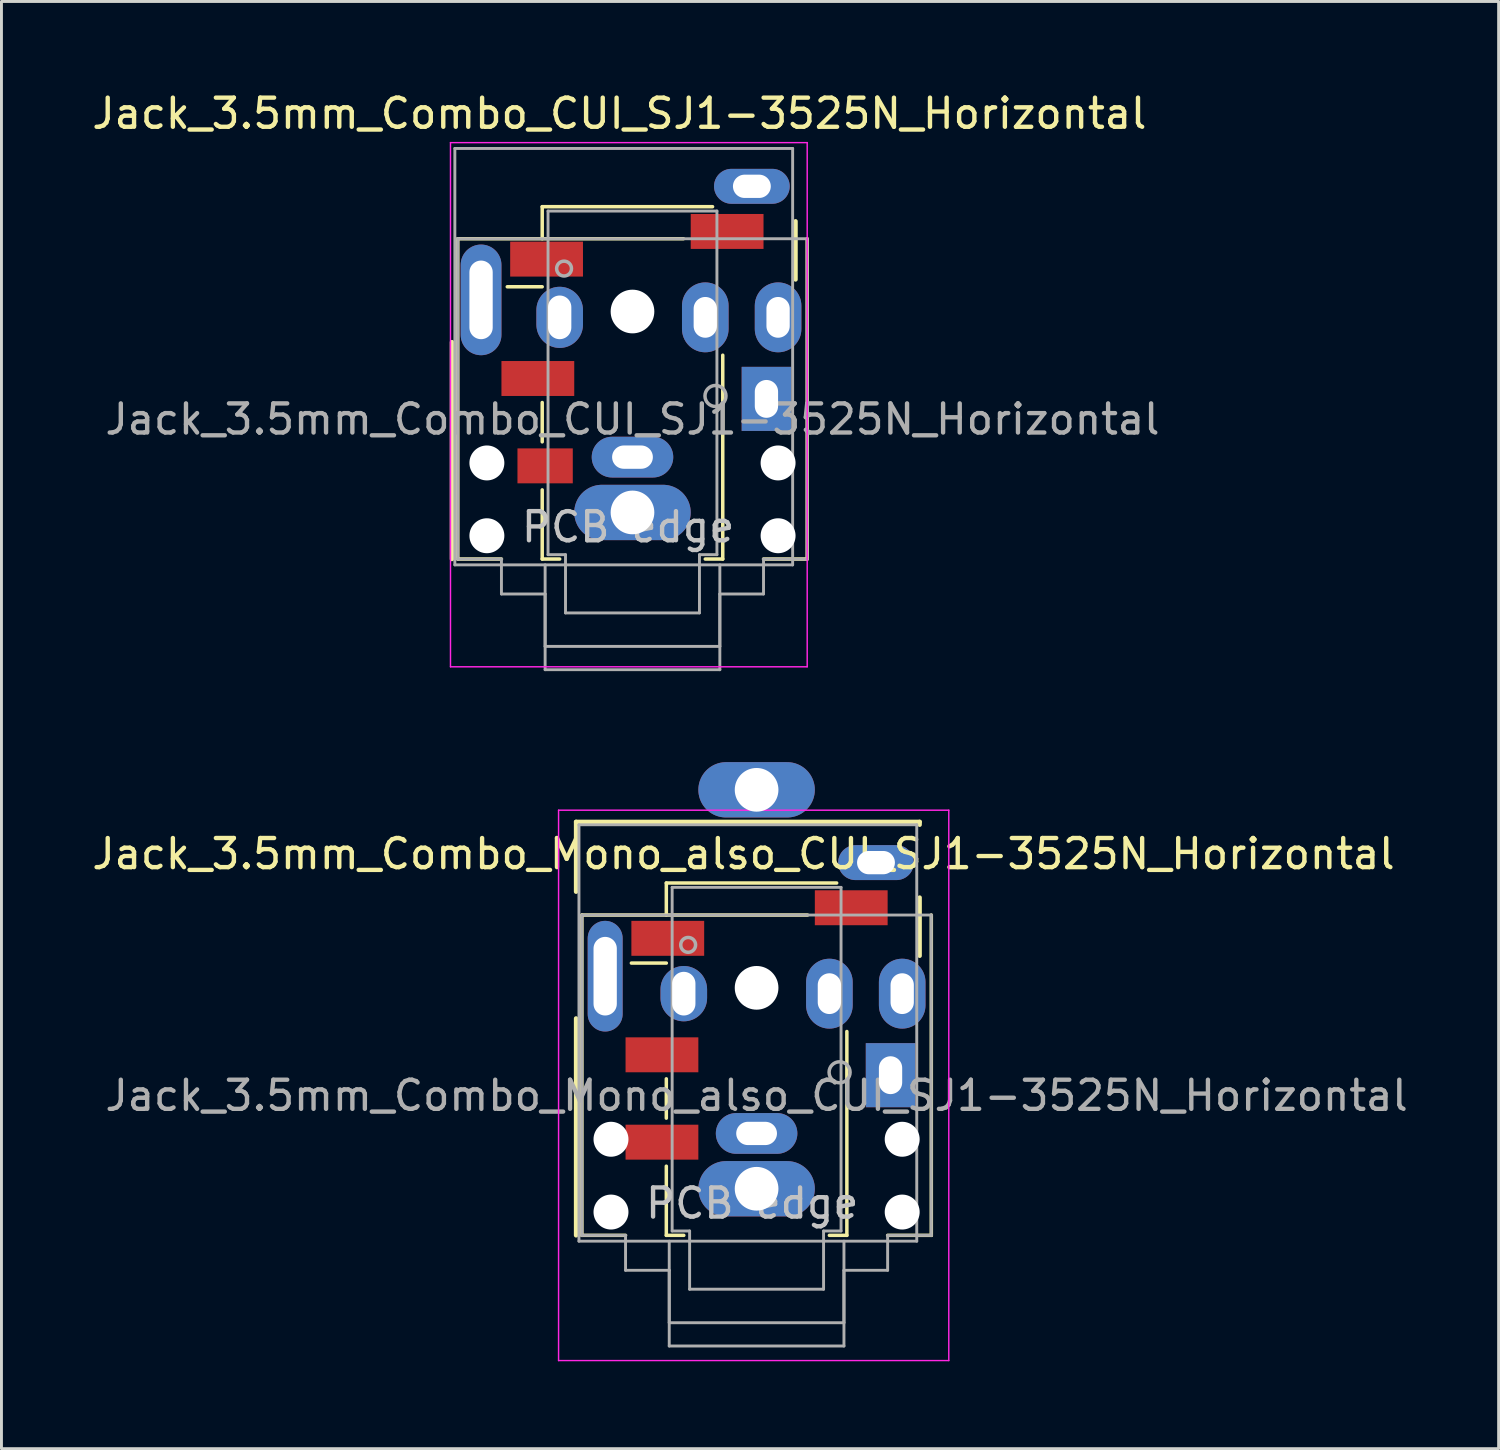
<source format=kicad_pcb>
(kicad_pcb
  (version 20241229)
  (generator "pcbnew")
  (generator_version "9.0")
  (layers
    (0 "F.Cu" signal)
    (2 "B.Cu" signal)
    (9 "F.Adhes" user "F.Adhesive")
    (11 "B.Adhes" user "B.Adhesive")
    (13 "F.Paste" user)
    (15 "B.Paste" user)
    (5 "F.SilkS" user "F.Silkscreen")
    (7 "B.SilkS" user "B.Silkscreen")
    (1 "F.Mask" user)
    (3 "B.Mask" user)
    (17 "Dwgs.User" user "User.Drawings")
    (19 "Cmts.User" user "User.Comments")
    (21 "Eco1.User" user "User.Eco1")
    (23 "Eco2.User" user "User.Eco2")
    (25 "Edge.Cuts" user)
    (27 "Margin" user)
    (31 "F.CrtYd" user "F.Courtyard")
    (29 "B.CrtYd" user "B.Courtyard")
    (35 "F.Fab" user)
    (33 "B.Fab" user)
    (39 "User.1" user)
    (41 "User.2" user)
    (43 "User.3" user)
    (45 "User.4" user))
  (footprint "Jack_3.5mm_Combo_Mono_also_CUI_SJ1-3525N_Horizontal"
    (layer "F.Cu")
    (at 22.932 36.073)
    (property "Reference" "Jack_3.5mm_Combo_Mono_also_CUI_SJ1-3525N_Horizontal" (at -0.45 -9.8 0) (layer "F.SilkS") (effects (font (size 1 1) (thickness 0.15))))
    (attr through_hole exclude_from_pos_files exclude_from_bom)
    (fp_line (start -6.2 -10.9) (end 5.6 -10.9) (stroke (width 0.15) (type solid)) (layer "F.SilkS"))
    (fp_line (start -6.2 -8.5) (end -6.2 -10.9) (stroke (width 0.15) (type solid)) (layer "F.SilkS"))
    (fp_line (start -6.2 3.3) (end -6.2 -4.15) (stroke (width 0.15) (type solid)) (layer "F.SilkS"))
    (fp_line (start -6 -7.7) (end 1.75 -7.7) (stroke (width 0.12) (type solid)) (layer "F.SilkS"))
    (fp_line (start -6 3.3) (end -6 -7.7) (stroke (width 0.12) (type solid)) (layer "F.SilkS"))
    (fp_line (start -4.5 3.3) (end -6 3.3) (stroke (width 0.12) (type solid)) (layer "F.SilkS"))
    (fp_line (start -3.1 -7.7) (end -3.1 -8.8) (stroke (width 0.12) (type solid)) (layer "F.SilkS"))
    (fp_line (start -3.1 -6.05) (end -4.3 -6.05) (stroke (width 0.12) (type solid)) (layer "F.SilkS"))
    (fp_line (start -3.1 -0.725) (end -3.1 -2.075) (stroke (width 0.12) (type solid)) (layer "F.SilkS"))
    (fp_line (start -3.1 3.3) (end -3.1 0.925) (stroke (width 0.12) (type solid)) (layer "F.SilkS"))
    (fp_line (start -3.1 3.3) (end -2.5 3.3) (stroke (width 0.12) (type solid)) (layer "F.SilkS"))
    (fp_line (start 2.5 3.3) (end 3.1 3.3) (stroke (width 0.12) (type solid)) (layer "F.SilkS"))
    (fp_line (start 2.75 -8.8) (end -3.1 -8.8) (stroke (width 0.12) (type solid)) (layer "F.SilkS"))
    (fp_line (start 3.1 -3.7) (end 3.1 3.3) (stroke (width 0.12) (type solid)) (layer "F.SilkS"))
    (fp_line (start 5.6 -10.9) (end 5.6 -10.8) (stroke (width 0.15) (type solid)) (layer "F.SilkS"))
    (fp_line (start 5.6 -8.3) (end 5.6 -6.3) (stroke (width 0.15) (type solid)) (layer "F.SilkS"))
    (fp_line (start 6 -7.7) (end 6 3.3) (stroke (width 0.12) (type solid)) (layer "F.SilkS"))
    (fp_line (start 6 3.3) (end 4.5 3.3) (stroke (width 0.12) (type solid)) (layer "F.SilkS"))
    (fp_line (start -4.5 4.5) (end -4.5 3.3) (stroke (width 0.12) (type solid)) (layer "Eco2.User"))
    (fp_line (start -3.1 3.6) (end -3.1 7.2) (stroke (width 0.15) (type solid)) (layer "Eco2.User"))
    (fp_line (start -3.1 7.2) (end 3.1 7.2) (stroke (width 0.15) (type solid)) (layer "Eco2.User"))
    (fp_line (start -3 4.5) (end -4.5 4.5) (stroke (width 0.12) (type solid)) (layer "Eco2.User"))
    (fp_line (start -3 6.3) (end -3 4.5) (stroke (width 0.12) (type solid)) (layer "Eco2.User"))
    (fp_line (start -2.5 3.3) (end -2.5 5.3) (stroke (width 0.12) (type solid)) (layer "Eco2.User"))
    (fp_line (start -2.5 5.3) (end 2.5 5.3) (stroke (width 0.12) (type solid)) (layer "Eco2.User"))
    (fp_line (start -2.2 3.5) (end -2.2 4.5) (stroke (width 0.12) (type solid)) (layer "Eco2.User"))
    (fp_line (start -2.2 4.5) (end -6.5 4.5) (stroke (width 0.12) (type solid)) (layer "Eco2.User"))
    (fp_line (start -2 3.3) (end -2 6.3) (stroke (width 0.12) (type solid)) (layer "Eco2.User"))
    (fp_line (start 1.8 3.1) (end -1.8 3.1) (stroke (width 0.1) (type solid)) (layer "Eco2.User"))
    (fp_line (start 2 3.3) (end -2 3.3) (stroke (width 0.12) (type solid)) (layer "Eco2.User"))
    (fp_line (start 2 6.3) (end 2 3.3) (stroke (width 0.12) (type solid)) (layer "Eco2.User"))
    (fp_line (start 2.2 3.5) (end 2.2 4.5) (stroke (width 0.12) (type solid)) (layer "Eco2.User"))
    (fp_line (start 2.2 4.5) (end 6.5 4.5) (stroke (width 0.12) (type solid)) (layer "Eco2.User"))
    (fp_line (start 2.5 3.3) (end 2.5 5.3) (stroke (width 0.12) (type solid)) (layer "Eco2.User"))
    (fp_line (start 3 4.5) (end 3 6.3) (stroke (width 0.12) (type solid)) (layer "Eco2.User"))
    (fp_line (start 3 6.3) (end -3 6.3) (stroke (width 0.12) (type solid)) (layer "Eco2.User"))
    (fp_line (start 3.1 7.2) (end 3.1 3.6) (stroke (width 0.15) (type solid)) (layer "Eco2.User"))
    (fp_line (start 4.5 3.3) (end 4.5 4.5) (stroke (width 0.12) (type solid)) (layer "Eco2.User"))
    (fp_line (start 4.5 4.5) (end 3 4.5) (stroke (width 0.12) (type solid)) (layer "Eco2.User"))
    (fp_arc (start -2.2 3.5) (mid -2.082843 3.217158) (end -1.8 3.1) (stroke (width 0.1) (type solid)) (layer "Eco2.User"))
    (fp_arc (start 1.8 3.1) (mid 2.082842 3.217157) (end 2.2 3.5) (stroke (width 0.1) (type solid)) (layer "Eco2.User"))
    (fp_line (start -6.8 -11.3) (end -6.8 7.6) (stroke (width 0.05) (type solid)) (layer "F.CrtYd"))
    (fp_line (start -6.8 7.6) (end 6.6 7.6) (stroke (width 0.05) (type solid)) (layer "F.CrtYd"))
    (fp_line (start 6.6 -11.3) (end -6.8 -11.3) (stroke (width 0.05) (type solid)) (layer "F.CrtYd"))
    (fp_line (start 6.6 7.6) (end 6.6 -11.3) (stroke (width 0.05) (type solid)) (layer "F.CrtYd"))
    (fp_line (start -6.1 -10.8) (end -6.1 3.5) (stroke (width 0.1) (type solid)) (layer "F.Fab"))
    (fp_line (start -6.1 3.5) (end 5.5 3.5) (stroke (width 0.1) (type solid)) (layer "F.Fab"))
    (fp_line (start -6 -7.7) (end 6 -7.7) (stroke (width 0.1) (type solid)) (layer "F.Fab"))
    (fp_line (start -6 3.3) (end -6 -7.7) (stroke (width 0.1) (type solid)) (layer "F.Fab"))
    (fp_line (start -4.5 3.3) (end -6 3.3) (stroke (width 0.1) (type solid)) (layer "F.Fab"))
    (fp_line (start -4.5 4.5) (end -4.5 3.3) (stroke (width 0.1) (type solid)) (layer "F.Fab"))
    (fp_line (start -4.5 4.5) (end -3 4.5) (stroke (width 0.1) (type solid)) (layer "F.Fab"))
    (fp_line (start -3 4.5) (end -3 6.3) (stroke (width 0.1) (type solid)) (layer "F.Fab"))
    (fp_line (start -3 6.3) (end 3 6.3) (stroke (width 0.1) (type solid)) (layer "F.Fab"))
    (fp_line (start -3 7.1) (end -3 3.5) (stroke (width 0.1) (type solid)) (layer "F.Fab"))
    (fp_line (start -3 7.1) (end 3 7.1) (stroke (width 0.1) (type solid)) (layer "F.Fab"))
    (fp_line (start -2.9 -8.65) (end 2.9 -8.65) (stroke (width 0.1) (type solid)) (layer "F.Fab"))
    (fp_line (start -2.9 3.15) (end -2.9 -8.65) (stroke (width 0.1) (type solid)) (layer "F.Fab"))
    (fp_line (start -2.3 3.15) (end -2.9 3.15) (stroke (width 0.1) (type solid)) (layer "F.Fab"))
    (fp_line (start -2.3 5.15) (end -2.3 3.15) (stroke (width 0.1) (type solid)) (layer "F.Fab"))
    (fp_line (start 2.3 3.15) (end 2.3 5.15) (stroke (width 0.1) (type solid)) (layer "F.Fab"))
    (fp_line (start 2.3 5.15) (end -2.3 5.15) (stroke (width 0.1) (type solid)) (layer "F.Fab"))
    (fp_line (start 2.9 -8.65) (end 2.9 3.15) (stroke (width 0.1) (type solid)) (layer "F.Fab"))
    (fp_line (start 2.9 3.15) (end 2.3 3.15) (stroke (width 0.1) (type solid)) (layer "F.Fab"))
    (fp_line (start 3 4.5) (end 3 6.3) (stroke (width 0.1) (type solid)) (layer "F.Fab"))
    (fp_line (start 3 7.1) (end 3 3.5) (stroke (width 0.1) (type solid)) (layer "F.Fab"))
    (fp_line (start 4.5 3.3) (end 6 3.3) (stroke (width 0.1) (type solid)) (layer "F.Fab"))
    (fp_line (start 4.5 4.5) (end 3 4.5) (stroke (width 0.1) (type solid)) (layer "F.Fab"))
    (fp_line (start 4.5 4.5) (end 4.5 3.3) (stroke (width 0.1) (type solid)) (layer "F.Fab"))
    (fp_line (start 5.5 -10.8) (end -6.1 -10.8) (stroke (width 0.1) (type solid)) (layer "F.Fab"))
    (fp_line (start 5.5 3.5) (end 5.5 -10.8) (stroke (width 0.1) (type solid)) (layer "F.Fab"))
    (fp_line (start 6 3.3) (end 6 -7.7) (stroke (width 0.1) (type solid)) (layer "F.Fab"))
    (fp_circle (center -2.35 -6.675) (end -2.1 -6.725) (stroke (width 0.12) (type solid)) (fill no) (layer "F.Fab"))
    (fp_circle (center 2.85 -2.3) (end 3.05 -2.6) (stroke (width 0.12) (type solid)) (fill no) (layer "F.Fab"))
    (fp_text user "PCB edge" (at -0.15 2.2 0) (unlocked yes) (layer "Dwgs.User") (effects (font (size 1 1) (thickness 0.15))))
    (fp_text user "${REFERENCE}" (at 0 -1.5 0) (layer "F.Fab") (effects (font (size 1 1) (thickness 0.15))))
    (pad "" np_thru_hole circle (at -5 0) (size 1.2 1.2) (drill 1.2) (layers "*.Cu" "*.Mask"))
    (pad "" np_thru_hole circle (at -5 2.5) (size 1.2 1.2) (drill 1.2) (layers "*.Cu" "*.Mask"))
    (pad "" np_thru_hole circle (at 0 -5.2 90) (size 1.5 1.5) (drill 1.5) (layers "*.Cu" "*.Mask"))
    (pad "" np_thru_hole circle (at 5 0) (size 1.2 1.2) (drill 1.2) (layers "*.Cu" "*.Mask"))
    (pad "" np_thru_hole circle (at 5 2.5) (size 1.2 1.2) (drill 1.2) (layers "*.Cu" "*.Mask"))
    (pad "R" thru_hole oval (at -5.2 -5.6 90) (size 3.8 1.2) (drill oval 2.7 0.8) (layers "*.Cu" "*.Mask"))
    (pad "R" smd rect (at -3.25 -2.9 90) (size 1.2 2.5) (layers "F.Cu" "F.Mask" "F.Paste"))
    (pad "R2" smd rect (at -3.25 0.1 90) (size 1.2 2.5) (layers "F.Cu" "F.Mask" "F.Paste"))
    (pad "RN" thru_hole oval (at -2.5 -5 90) (size 1.9 1.6) (drill oval 1.5 0.8) (layers "*.Cu" "*.Mask"))
    (pad "S" thru_hole oval (at 0 -0.2) (size 2.8 1.4) (drill oval 1.4 0.8) (layers "*.Cu" "*.Mask"))
    (pad "S" thru_hole oval (at 0 1.7 90) (size 1.9 4) (drill 1.5) (layers "*.Cu" "*.Mask"))
    (pad "S" smd rect (at 3.25 -7.95 90) (size 1.2 2.5) (layers "F.Cu" "F.Mask" "F.Paste"))
    (pad "T" smd rect (at -3.05 -6.9 90) (size 1.2 2.5) (layers "F.Cu" "F.Mask" "F.Paste"))
    (pad "T" thru_hole oval (at 0 -12 90) (size 1.9 4) (drill 1.5) (layers "*.Cu" "*.Mask"))
    (pad "T" thru_hole rect (at 4.6 -2.2 90) (size 2.2 1.7) (drill oval 1.3 0.8) (layers "*.Cu" "*.Mask"))
    (pad "T" thru_hole oval (at 5 -5 180) (size 1.6 2.4) (drill oval 0.8 1.4) (layers "*.Cu" "*.Mask"))
    (pad "TN" thru_hole oval (at 2.5 -5 180) (size 1.6 2.4) (drill oval 0.8 1.4) (layers "*.Cu" "*.Mask"))
    (pad "TN" thru_hole oval (at 4.1 -9.5 180) (size 2.6 1.2) (drill oval 1.3 0.8) (layers "*.Cu" "*.Mask")))
  (footprint "Jack_3.5mm_Combo_CUI_SJ1-3525N_Horizontal"
    (layer "F.Cu")
    (at 18.67 12.848)
    (property "Reference" "Jack_3.5mm_Combo_CUI_SJ1-3525N_Horizontal" (at -0.45 -12 0) (layer "F.SilkS") (effects (font (size 1 1) (thickness 0.15))))
    (attr through_hole exclude_from_pos_files exclude_from_bom)
    (fp_line (start -6.2 3.3) (end -6.2 -4.15) (stroke (width 0.15) (type solid)) (layer "F.SilkS"))
    (fp_line (start -6 -7.7) (end 1.75 -7.7) (stroke (width 0.12) (type solid)) (layer "F.SilkS"))
    (fp_line (start -6 3.3) (end -6 -7.7) (stroke (width 0.12) (type solid)) (layer "F.SilkS"))
    (fp_line (start -4.5 3.3) (end -6 3.3) (stroke (width 0.12) (type solid)) (layer "F.SilkS"))
    (fp_line (start -3.1 -7.7) (end -3.1 -8.8) (stroke (width 0.12) (type solid)) (layer "F.SilkS"))
    (fp_line (start -3.1 -6.05) (end -4.3 -6.05) (stroke (width 0.12) (type solid)) (layer "F.SilkS"))
    (fp_line (start -3.1 -0.725) (end -3.1 -2.075) (stroke (width 0.12) (type solid)) (layer "F.SilkS"))
    (fp_line (start -3.1 3.3) (end -3.1 0.925) (stroke (width 0.12) (type solid)) (layer "F.SilkS"))
    (fp_line (start -3.1 3.3) (end -2.5 3.3) (stroke (width 0.12) (type solid)) (layer "F.SilkS"))
    (fp_line (start 2.5 3.3) (end 3.1 3.3) (stroke (width 0.12) (type solid)) (layer "F.SilkS"))
    (fp_line (start 2.75 -8.8) (end -3.1 -8.8) (stroke (width 0.12) (type solid)) (layer "F.SilkS"))
    (fp_line (start 3.1 -3.7) (end 3.1 3.3) (stroke (width 0.12) (type solid)) (layer "F.SilkS"))
    (fp_line (start 5.6 -8.3) (end 5.6 -6.3) (stroke (width 0.15) (type solid)) (layer "F.SilkS"))
    (fp_line (start 6 -7.7) (end 6 3.3) (stroke (width 0.12) (type solid)) (layer "F.SilkS"))
    (fp_line (start 6 3.3) (end 4.5 3.3) (stroke (width 0.12) (type solid)) (layer "F.SilkS"))
    (fp_line (start -6.2 -10.9) (end 5.6 -10.9) (stroke (width 0.15) (type solid)) (layer "Eco2.User"))
    (fp_line (start -6.2 -8.5) (end -6.2 -10.9) (stroke (width 0.15) (type solid)) (layer "Eco2.User"))
    (fp_line (start -4.5 4.5) (end -4.5 3.3) (stroke (width 0.12) (type solid)) (layer "Eco2.User"))
    (fp_line (start -3.1 3.6) (end -3.1 7.2) (stroke (width 0.15) (type solid)) (layer "Eco2.User"))
    (fp_line (start -3.1 7.2) (end 3.1 7.2) (stroke (width 0.15) (type solid)) (layer "Eco2.User"))
    (fp_line (start -3 4.5) (end -4.5 4.5) (stroke (width 0.12) (type solid)) (layer "Eco2.User"))
    (fp_line (start -3 6.3) (end -3 4.5) (stroke (width 0.12) (type solid)) (layer "Eco2.User"))
    (fp_line (start -2.5 3.3) (end -2.5 5.3) (stroke (width 0.12) (type solid)) (layer "Eco2.User"))
    (fp_line (start -2.5 5.3) (end 2.5 5.3) (stroke (width 0.12) (type solid)) (layer "Eco2.User"))
    (fp_line (start -2.2 3.5) (end -2.2 4.5) (stroke (width 0.12) (type solid)) (layer "Eco2.User"))
    (fp_line (start -2.2 4.5) (end -6.5 4.5) (stroke (width 0.12) (type solid)) (layer "Eco2.User"))
    (fp_line (start -2 3.3) (end -2 6.3) (stroke (width 0.12) (type solid)) (layer "Eco2.User"))
    (fp_line (start 1.8 3.1) (end -1.8 3.1) (stroke (width 0.1) (type solid)) (layer "Eco2.User"))
    (fp_line (start 2 3.3) (end -2 3.3) (stroke (width 0.12) (type solid)) (layer "Eco2.User"))
    (fp_line (start 2 6.3) (end 2 3.3) (stroke (width 0.12) (type solid)) (layer "Eco2.User"))
    (fp_line (start 2.2 3.5) (end 2.2 4.5) (stroke (width 0.12) (type solid)) (layer "Eco2.User"))
    (fp_line (start 2.2 4.5) (end 6.5 4.5) (stroke (width 0.12) (type solid)) (layer "Eco2.User"))
    (fp_line (start 2.5 3.3) (end 2.5 5.3) (stroke (width 0.12) (type solid)) (layer "Eco2.User"))
    (fp_line (start 3 4.5) (end 3 6.3) (stroke (width 0.12) (type solid)) (layer "Eco2.User"))
    (fp_line (start 3 6.3) (end -3 6.3) (stroke (width 0.12) (type solid)) (layer "Eco2.User"))
    (fp_line (start 3.1 7.2) (end 3.1 3.6) (stroke (width 0.15) (type solid)) (layer "Eco2.User"))
    (fp_line (start 4.5 3.3) (end 4.5 4.5) (stroke (width 0.12) (type solid)) (layer "Eco2.User"))
    (fp_line (start 4.5 4.5) (end 3 4.5) (stroke (width 0.12) (type solid)) (layer "Eco2.User"))
    (fp_line (start 5.6 -10.9) (end 5.6 -10.8) (stroke (width 0.15) (type solid)) (layer "Eco2.User"))
    (fp_arc (start -2.2 3.5) (mid -2.082843 3.217158) (end -1.8 3.1) (stroke (width 0.1) (type solid)) (layer "Eco2.User"))
    (fp_arc (start 1.8 3.1) (mid 2.082842 3.217157) (end 2.2 3.5) (stroke (width 0.1) (type solid)) (layer "Eco2.User"))
    (fp_line (start -6.25 -11) (end -6.25 7) (stroke (width 0.05) (type solid)) (layer "F.CrtYd"))
    (fp_line (start -6.25 7) (end 6 7) (stroke (width 0.05) (type solid)) (layer "F.CrtYd"))
    (fp_line (start 6 -11) (end -6.25 -11) (stroke (width 0.05) (type solid)) (layer "F.CrtYd"))
    (fp_line (start 6 7) (end 6 -11) (stroke (width 0.05) (type solid)) (layer "F.CrtYd"))
    (fp_line (start -6.1 -10.8) (end -6.1 3.5) (stroke (width 0.1) (type solid)) (layer "F.Fab"))
    (fp_line (start -6.1 3.5) (end 5.5 3.5) (stroke (width 0.1) (type solid)) (layer "F.Fab"))
    (fp_line (start -6 -7.7) (end 6 -7.7) (stroke (width 0.1) (type solid)) (layer "F.Fab"))
    (fp_line (start -6 3.3) (end -6 -7.7) (stroke (width 0.1) (type solid)) (layer "F.Fab"))
    (fp_line (start -4.5 3.3) (end -6 3.3) (stroke (width 0.1) (type solid)) (layer "F.Fab"))
    (fp_line (start -4.5 4.5) (end -4.5 3.3) (stroke (width 0.1) (type solid)) (layer "F.Fab"))
    (fp_line (start -4.5 4.5) (end -3 4.5) (stroke (width 0.1) (type solid)) (layer "F.Fab"))
    (fp_line (start -3 4.5) (end -3 6.3) (stroke (width 0.1) (type solid)) (layer "F.Fab"))
    (fp_line (start -3 6.3) (end 3 6.3) (stroke (width 0.1) (type solid)) (layer "F.Fab"))
    (fp_line (start -3 7.1) (end -3 3.5) (stroke (width 0.1) (type solid)) (layer "F.Fab"))
    (fp_line (start -3 7.1) (end 3 7.1) (stroke (width 0.1) (type solid)) (layer "F.Fab"))
    (fp_line (start -2.9 -8.65) (end 2.9 -8.65) (stroke (width 0.1) (type solid)) (layer "F.Fab"))
    (fp_line (start -2.9 3.15) (end -2.9 -8.65) (stroke (width 0.1) (type solid)) (layer "F.Fab"))
    (fp_line (start -2.3 3.15) (end -2.9 3.15) (stroke (width 0.1) (type solid)) (layer "F.Fab"))
    (fp_line (start -2.3 5.15) (end -2.3 3.15) (stroke (width 0.1) (type solid)) (layer "F.Fab"))
    (fp_line (start 2.3 3.15) (end 2.3 5.15) (stroke (width 0.1) (type solid)) (layer "F.Fab"))
    (fp_line (start 2.3 5.15) (end -2.3 5.15) (stroke (width 0.1) (type solid)) (layer "F.Fab"))
    (fp_line (start 2.9 -8.65) (end 2.9 3.15) (stroke (width 0.1) (type solid)) (layer "F.Fab"))
    (fp_line (start 2.9 3.15) (end 2.3 3.15) (stroke (width 0.1) (type solid)) (layer "F.Fab"))
    (fp_line (start 3 4.5) (end 3 6.3) (stroke (width 0.1) (type solid)) (layer "F.Fab"))
    (fp_line (start 3 7.1) (end 3 3.5) (stroke (width 0.1) (type solid)) (layer "F.Fab"))
    (fp_line (start 4.5 3.3) (end 6 3.3) (stroke (width 0.1) (type solid)) (layer "F.Fab"))
    (fp_line (start 4.5 4.5) (end 3 4.5) (stroke (width 0.1) (type solid)) (layer "F.Fab"))
    (fp_line (start 4.5 4.5) (end 4.5 3.3) (stroke (width 0.1) (type solid)) (layer "F.Fab"))
    (fp_line (start 5.5 -10.8) (end -6.1 -10.8) (stroke (width 0.1) (type solid)) (layer "F.Fab"))
    (fp_line (start 5.5 3.5) (end 5.5 -10.8) (stroke (width 0.1) (type solid)) (layer "F.Fab"))
    (fp_line (start 6 3.3) (end 6 -7.7) (stroke (width 0.1) (type solid)) (layer "F.Fab"))
    (fp_circle (center -2.35 -6.675) (end -2.1 -6.725) (stroke (width 0.12) (type solid)) (fill no) (layer "F.Fab"))
    (fp_circle (center 2.85 -2.3) (end 3.05 -2.6) (stroke (width 0.12) (type solid)) (fill no) (layer "F.Fab"))
    (fp_text user "PCB edge" (at -0.15 2.2 0) (unlocked yes) (layer "Dwgs.User") (effects (font (size 1 1) (thickness 0.15))))
    (fp_text user "${REFERENCE}" (at 0 -1.5 0) (layer "F.Fab") (effects (font (size 1 1) (thickness 0.15))))
    (pad "" np_thru_hole circle (at -5 0) (size 1.2 1.2) (drill 1.2) (layers "*.Cu" "*.Mask"))
    (pad "" np_thru_hole circle (at -5 2.5) (size 1.2 1.2) (drill 1.2) (layers "*.Cu" "*.Mask"))
    (pad "" np_thru_hole circle (at 0 -5.2 90) (size 1.5 1.5) (drill 1.5) (layers "*.Cu" "*.Mask"))
    (pad "" np_thru_hole circle (at 5 0) (size 1.2 1.2) (drill 1.2) (layers "*.Cu" "*.Mask"))
    (pad "" np_thru_hole circle (at 5 2.5) (size 1.2 1.2) (drill 1.2) (layers "*.Cu" "*.Mask"))
    (pad "R" thru_hole oval (at -5.2 -5.6 90) (size 3.8 1.4) (drill oval 2.7 0.8) (layers "*.Cu" "*.Mask"))
    (pad "R" smd rect (at -3.25 -2.9 90) (size 1.2 2.5) (layers "F.Cu" "F.Mask" "F.Paste"))
    (pad "R2" smd rect (at -3 0.1 90) (size 1.2 1.9) (layers "F.Cu" "F.Mask" "F.Paste"))
    (pad "RN" thru_hole oval (at -2.5 -5 90) (size 2.1 1.6) (drill oval 1.5 0.8) (layers "*.Cu" "*.Mask"))
    (pad "S" thru_hole oval (at 0 -0.2) (size 2.8 1.4) (drill oval 1.4 0.8) (layers "*.Cu" "*.Mask"))
    (pad "S" thru_hole oval (at 0 1.7 90) (size 1.9 4) (drill 1.5) (layers "*.Cu" "*.Mask"))
    (pad "S" smd rect (at 3.25 -7.95 90) (size 1.2 2.5) (layers "F.Cu" "F.Mask" "F.Paste"))
    (pad "T" smd rect (at -2.95 -7 90) (size 1.2 2.5) (layers "F.Cu" "F.Mask" "F.Paste"))
    (pad "T" thru_hole rect (at 4.6 -2.2 90) (size 2.2 1.7) (drill oval 1.3 0.8) (layers "*.Cu" "*.Mask"))
    (pad "T" thru_hole oval (at 5 -5 180) (size 1.6 2.4) (drill oval 0.8 1.4) (layers "*.Cu" "*.Mask"))
    (pad "TN" thru_hole oval (at 2.5 -5 180) (size 1.6 2.4) (drill oval 0.8 1.4) (layers "*.Cu" "*.Mask"))
    (pad "TN" thru_hole oval (at 4.1 -9.5 180) (size 2.6 1.2) (drill oval 1.3 0.8) (layers "*.Cu" "*.Mask")))
  (gr_rect
    (start -3 -3)
    (end 48.414 46.698)
    (stroke (width 0.1) (type default))
    (fill no)
    (layer "Edge.Cuts")))
</source>
